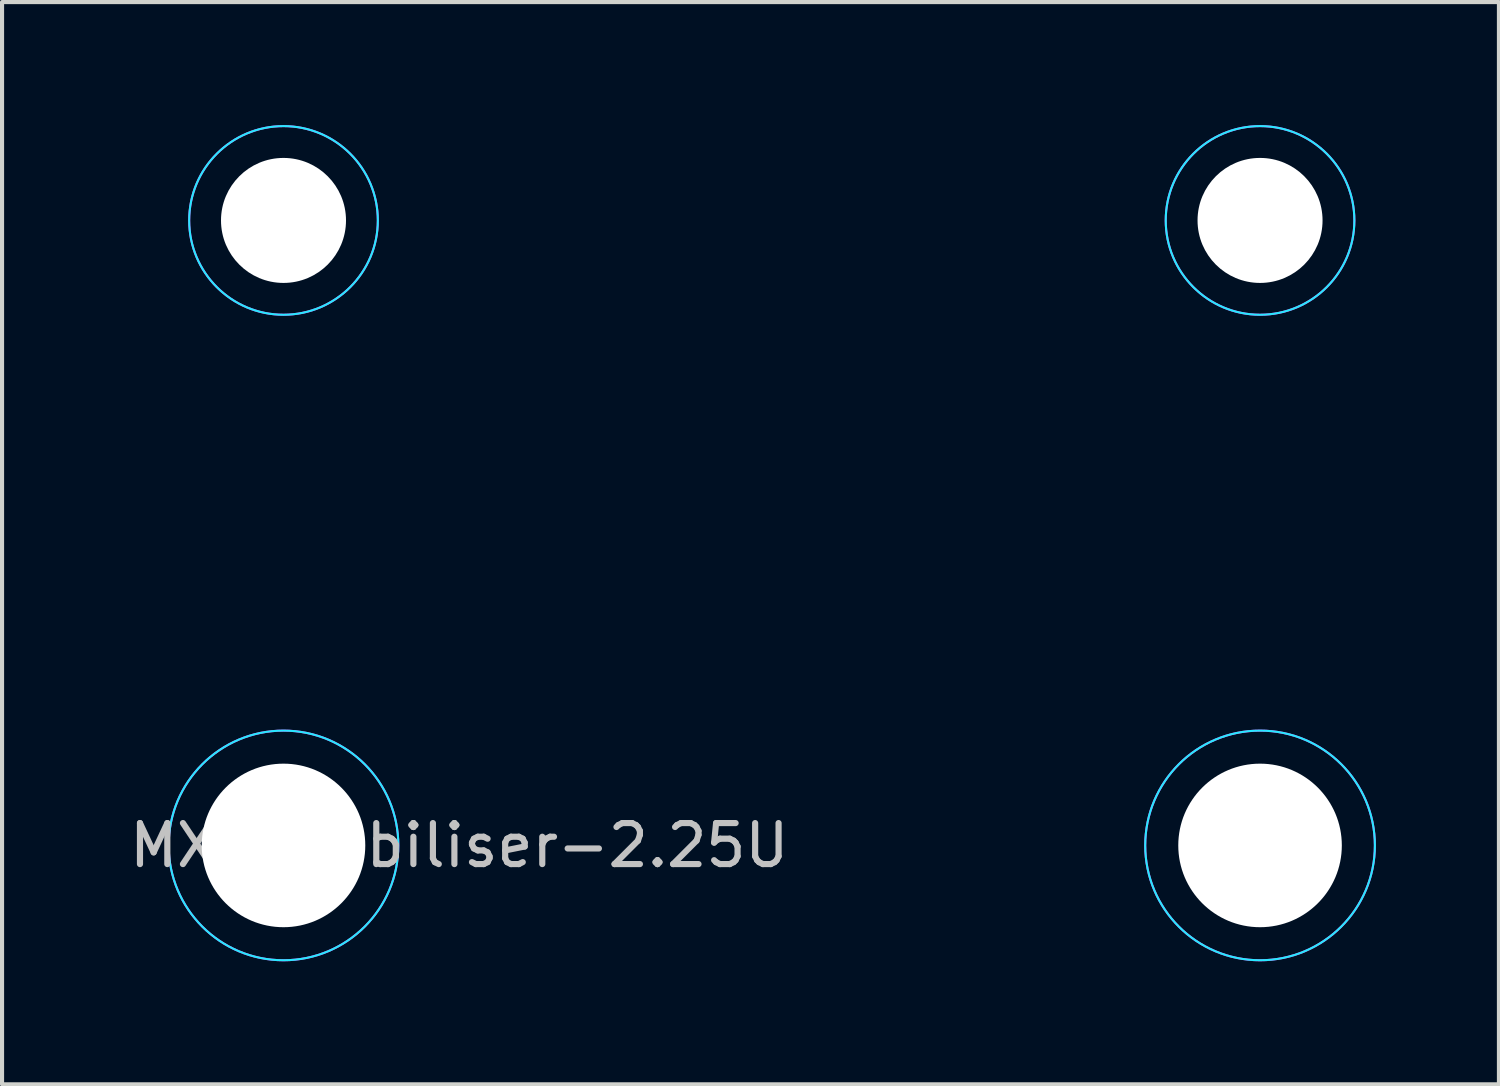
<source format=kicad_pcb>
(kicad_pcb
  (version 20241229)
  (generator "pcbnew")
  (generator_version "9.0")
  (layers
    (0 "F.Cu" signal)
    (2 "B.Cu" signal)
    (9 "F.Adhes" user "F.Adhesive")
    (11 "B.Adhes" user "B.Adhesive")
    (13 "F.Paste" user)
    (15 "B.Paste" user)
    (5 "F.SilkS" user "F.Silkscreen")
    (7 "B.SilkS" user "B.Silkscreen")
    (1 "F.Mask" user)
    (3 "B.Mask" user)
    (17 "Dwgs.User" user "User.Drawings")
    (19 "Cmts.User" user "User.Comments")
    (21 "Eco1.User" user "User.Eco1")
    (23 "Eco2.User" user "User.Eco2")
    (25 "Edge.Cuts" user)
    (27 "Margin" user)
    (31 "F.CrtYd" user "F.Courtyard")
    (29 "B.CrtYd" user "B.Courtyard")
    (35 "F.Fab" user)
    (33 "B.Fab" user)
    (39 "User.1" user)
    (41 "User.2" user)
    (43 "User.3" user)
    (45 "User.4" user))
  (footprint "MX-Stabiliser-2.25U"
    (layer "F.Cu")
    (at 15.769 9.31)
    (property "Reference" "MX-Stabiliser-2.25U" (at -7.62 8.255 0) (layer "Dwgs.User") (effects (font (size 1 1) (thickness 0.15))))
    (attr through_hole)
    (fp_circle (center -11.906 -6.985) (end -9.606 -6.985) (stroke (width 0.05) (type solid)) (fill no) (layer "B.CrtYd"))
    (fp_circle (center -11.906 8.255) (end -9.106 8.255) (stroke (width 0.05) (type solid)) (fill no) (layer "B.CrtYd"))
    (fp_circle (center 11.906 -6.985) (end 14.206 -6.985) (stroke (width 0.05) (type solid)) (fill no) (layer "B.CrtYd"))
    (fp_circle (center 11.906 8.255) (end 14.706 8.255) (stroke (width 0.05) (type solid)) (fill no) (layer "B.CrtYd"))
    (fp_circle (center -11.906 -6.985) (end -9.606 -6.985) (stroke (width 0.05) (type solid)) (fill no) (layer "F.CrtYd"))
    (fp_circle (center -11.906 8.255) (end -9.106 8.255) (stroke (width 0.05) (type solid)) (fill no) (layer "F.CrtYd"))
    (fp_circle (center 11.906 -6.985) (end 14.206 -6.985) (stroke (width 0.05) (type solid)) (fill no) (layer "F.CrtYd"))
    (fp_circle (center 11.906 8.255) (end 14.706 8.255) (stroke (width 0.05) (type solid)) (fill no) (layer "F.CrtYd"))
    (pad "" np_thru_hole circle (at -11.906 -6.985) (size 3.048 3.048) (drill 3.048) (layers "*.Cu" "*.Mask"))
    (pad "" np_thru_hole circle (at -11.906 8.255) (size 3.988 3.988) (drill 3.988) (layers "*.Cu" "*.Mask"))
    (pad "" np_thru_hole circle (at 11.906 -6.985) (size 3.048 3.048) (drill 3.048) (layers "*.Cu" "*.Mask"))
    (pad "" np_thru_hole circle (at 11.906 8.255) (size 3.988 3.988) (drill 3.988) (layers "*.Cu" "*.Mask")))
  (gr_rect
    (start -3 -3)
    (end 33.5 23.39)
    (stroke (width 0.1) (type default))
    (fill no)
    (layer "Edge.Cuts")))
</source>
